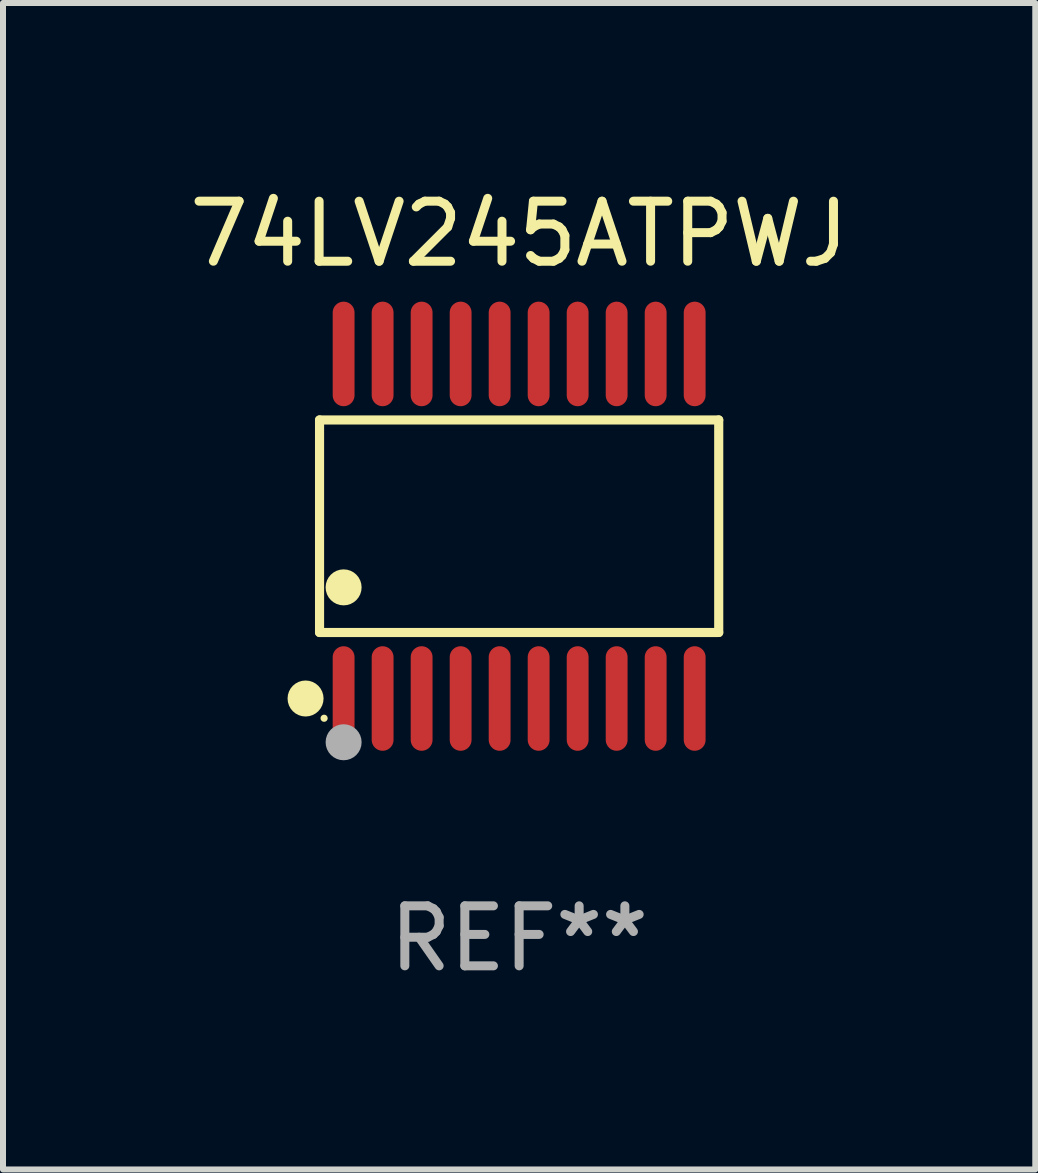
<source format=kicad_pcb>
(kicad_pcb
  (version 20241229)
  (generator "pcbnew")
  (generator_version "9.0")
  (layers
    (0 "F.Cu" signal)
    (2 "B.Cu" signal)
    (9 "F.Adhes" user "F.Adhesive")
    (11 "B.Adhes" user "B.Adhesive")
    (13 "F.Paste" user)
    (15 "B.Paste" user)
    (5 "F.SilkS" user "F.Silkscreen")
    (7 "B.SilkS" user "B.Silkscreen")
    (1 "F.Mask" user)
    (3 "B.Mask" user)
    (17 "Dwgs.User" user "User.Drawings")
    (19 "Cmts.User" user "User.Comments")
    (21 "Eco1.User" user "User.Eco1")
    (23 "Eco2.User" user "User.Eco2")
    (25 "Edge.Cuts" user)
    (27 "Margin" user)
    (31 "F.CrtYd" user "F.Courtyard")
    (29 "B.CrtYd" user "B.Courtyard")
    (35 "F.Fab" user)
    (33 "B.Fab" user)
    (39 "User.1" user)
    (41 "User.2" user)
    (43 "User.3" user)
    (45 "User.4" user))
  (footprint "74LV245ATPWJ"
    (layer "F.Cu")
    (at 5.601 5.719)
    (property "Reference" "74LV245ATPWJ" (at 0 -4.871 0) (layer "F.SilkS") (effects (font (size 1 1) (thickness 0.15))))
    (attr through_hole)
    (fp_line (start -3.326 -1.771) (end 3.326 -1.771) (stroke (width 0.152) (type solid)) (layer "F.SilkS"))
    (fp_line (start -3.326 1.771) (end -3.326 -1.771) (stroke (width 0.152) (type solid)) (layer "F.SilkS"))
    (fp_line (start 3.326 -1.771) (end 3.326 1.771) (stroke (width 0.152) (type solid)) (layer "F.SilkS"))
    (fp_line (start 3.326 1.771) (end -3.326 1.771) (stroke (width 0.152) (type solid)) (layer "F.SilkS"))
    (fp_circle (center -3.559 2.871) (end -3.409 2.871) (stroke (width 0.3) (type solid)) (fill no) (layer "F.SilkS"))
    (fp_circle (center -3.25 3.2) (end -3.22 3.2) (stroke (width 0.06) (type solid)) (fill no) (layer "F.SilkS"))
    (fp_circle (center -2.925 1.019) (end -2.775 1.019) (stroke (width 0.3) (type solid)) (fill no) (layer "F.SilkS"))
    (fp_circle (center -2.925 3.6) (end -2.775 3.6) (stroke (width 0.3) (type solid)) (fill no) (layer "F.Fab"))
    (fp_text user "REF**" (at 0 6.871 0) (layer "F.Fab") (effects (font (size 1 1) (thickness 0.15))))
    (pad "1" smd oval (at -2.925 2.871) (size 0.364 1.742) (layers "F.Cu" "F.Mask" "F.Paste"))
    (pad "2" smd oval (at -2.275 2.871) (size 0.364 1.742) (layers "F.Cu" "F.Mask" "F.Paste"))
    (pad "3" smd oval (at -1.625 2.871) (size 0.364 1.742) (layers "F.Cu" "F.Mask" "F.Paste"))
    (pad "4" smd oval (at -0.975 2.871) (size 0.364 1.742) (layers "F.Cu" "F.Mask" "F.Paste"))
    (pad "5" smd oval (at -0.325 2.871) (size 0.364 1.742) (layers "F.Cu" "F.Mask" "F.Paste"))
    (pad "6" smd oval (at 0.325 2.871) (size 0.364 1.742) (layers "F.Cu" "F.Mask" "F.Paste"))
    (pad "7" smd oval (at 0.975 2.871) (size 0.364 1.742) (layers "F.Cu" "F.Mask" "F.Paste"))
    (pad "8" smd oval (at 1.625 2.871) (size 0.364 1.742) (layers "F.Cu" "F.Mask" "F.Paste"))
    (pad "9" smd oval (at 2.275 2.871) (size 0.364 1.742) (layers "F.Cu" "F.Mask" "F.Paste"))
    (pad "10" smd oval (at 2.925 2.871) (size 0.364 1.742) (layers "F.Cu" "F.Mask" "F.Paste"))
    (pad "11" smd oval (at 2.925 -2.871) (size 0.364 1.742) (layers "F.Cu" "F.Mask" "F.Paste"))
    (pad "12" smd oval (at 2.275 -2.871) (size 0.364 1.742) (layers "F.Cu" "F.Mask" "F.Paste"))
    (pad "13" smd oval (at 1.625 -2.871) (size 0.364 1.742) (layers "F.Cu" "F.Mask" "F.Paste"))
    (pad "14" smd oval (at 0.975 -2.871) (size 0.364 1.742) (layers "F.Cu" "F.Mask" "F.Paste"))
    (pad "15" smd oval (at 0.325 -2.871) (size 0.364 1.742) (layers "F.Cu" "F.Mask" "F.Paste"))
    (pad "16" smd oval (at -0.325 -2.871) (size 0.364 1.742) (layers "F.Cu" "F.Mask" "F.Paste"))
    (pad "17" smd oval (at -0.975 -2.871) (size 0.364 1.742) (layers "F.Cu" "F.Mask" "F.Paste"))
    (pad "18" smd oval (at -1.625 -2.871) (size 0.364 1.742) (layers "F.Cu" "F.Mask" "F.Paste"))
    (pad "19" smd oval (at -2.275 -2.871) (size 0.364 1.742) (layers "F.Cu" "F.Mask" "F.Paste"))
    (pad "20" smd oval (at -2.925 -2.871) (size 0.364 1.742) (layers "F.Cu" "F.Mask" "F.Paste")))
  (gr_rect
    (start -3 -3)
    (end 14.202 16.438)
    (stroke (width 0.1) (type default))
    (fill no)
    (layer "Edge.Cuts")))
</source>
